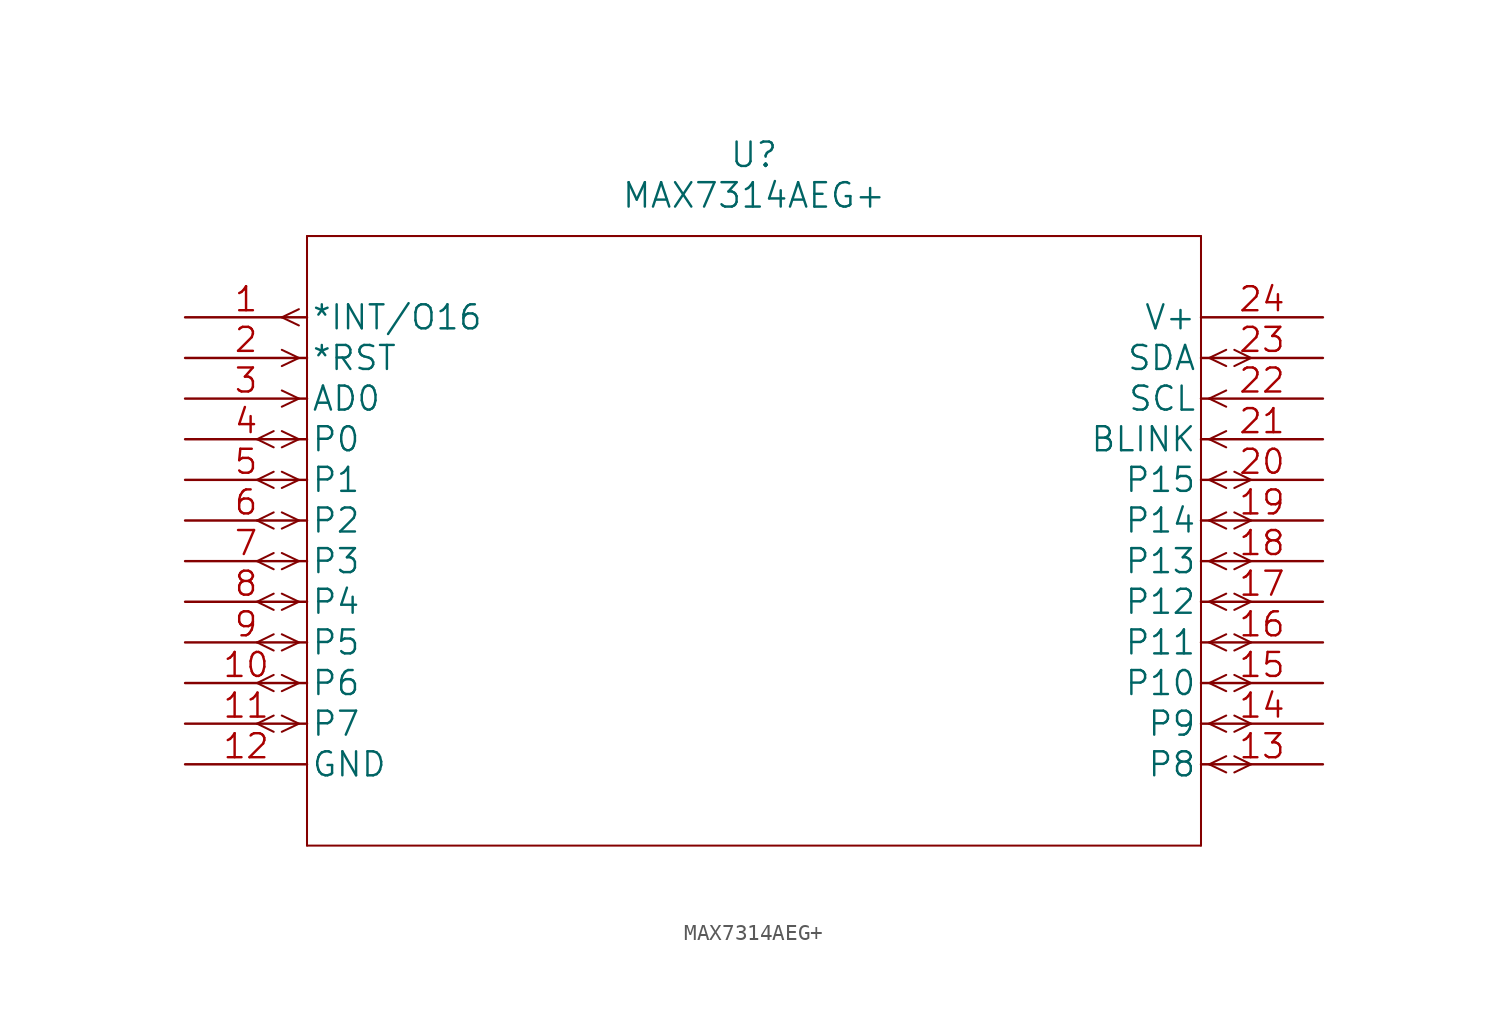
<source format=kicad_sym>
(kicad_symbol_lib
  (version 20211014)
  (generator kicad_symbol_editor)
  (symbol "MAX7314AEG+"
    (pin_names
      (offset 0.254))
    (property "Reference" "U"
      (at 35.56 10.16 0)
      (effects (font (size 1.524 1.524))))
    (property "Value" "MAX7314AEG+"
      (at 35.56 7.62 0)
      (effects (font (size 1.524 1.524))))
    (symbol "MAX7314AEG+_1_1"
      (polyline (pts (xy 5.537 -25.908) (xy 4.496 -25.4)) (stroke (width 0.127) (type default) (color 0 0 0 0)) (fill (type none)))
      (polyline (pts (xy 5.537 -24.892) (xy 4.496 -25.4)) (stroke (width 0.127) (type default) (color 0 0 0 0)) (fill (type none)))
      (polyline (pts (xy 5.537 -23.368) (xy 4.496 -22.86)) (stroke (width 0.127) (type default) (color 0 0 0 0)) (fill (type none)))
      (polyline (pts (xy 5.537 -22.352) (xy 4.496 -22.86)) (stroke (width 0.127) (type default) (color 0 0 0 0)) (fill (type none)))
      (polyline (pts (xy 5.537 -20.828) (xy 4.496 -20.32)) (stroke (width 0.127) (type default) (color 0 0 0 0)) (fill (type none)))
      (polyline (pts (xy 5.537 -19.812) (xy 4.496 -20.32)) (stroke (width 0.127) (type default) (color 0 0 0 0)) (fill (type none)))
      (polyline (pts (xy 5.537 -18.288) (xy 4.496 -17.78)) (stroke (width 0.127) (type default) (color 0 0 0 0)) (fill (type none)))
      (polyline (pts (xy 5.537 -17.272) (xy 4.496 -17.78)) (stroke (width 0.127) (type default) (color 0 0 0 0)) (fill (type none)))
      (polyline (pts (xy 5.537 -15.748) (xy 4.496 -15.24)) (stroke (width 0.127) (type default) (color 0 0 0 0)) (fill (type none)))
      (polyline (pts (xy 5.537 -14.732) (xy 4.496 -15.24)) (stroke (width 0.127) (type default) (color 0 0 0 0)) (fill (type none)))
      (polyline (pts (xy 5.537 -13.208) (xy 4.496 -12.7)) (stroke (width 0.127) (type default) (color 0 0 0 0)) (fill (type none)))
      (polyline (pts (xy 5.537 -12.192) (xy 4.496 -12.7)) (stroke (width 0.127) (type default) (color 0 0 0 0)) (fill (type none)))
      (polyline (pts (xy 5.537 -10.668) (xy 4.496 -10.16)) (stroke (width 0.127) (type default) (color 0 0 0 0)) (fill (type none)))
      (polyline (pts (xy 5.537 -9.652) (xy 4.496 -10.16)) (stroke (width 0.127) (type default) (color 0 0 0 0)) (fill (type none)))
      (polyline (pts (xy 5.537 -8.128) (xy 4.496 -7.62)) (stroke (width 0.127) (type default) (color 0 0 0 0)) (fill (type none)))
      (polyline (pts (xy 5.537 -7.112) (xy 4.496 -7.62)) (stroke (width 0.127) (type default) (color 0 0 0 0)) (fill (type none)))
      (polyline (pts (xy 7.112 -25.4) (xy 6.045 -25.908)) (stroke (width 0.127) (type default) (color 0 0 0 0)) (fill (type none)))
      (polyline (pts (xy 7.112 -25.4) (xy 6.045 -24.892)) (stroke (width 0.127) (type default) (color 0 0 0 0)) (fill (type none)))
      (polyline (pts (xy 7.112 -22.86) (xy 6.045 -23.368)) (stroke (width 0.127) (type default) (color 0 0 0 0)) (fill (type none)))
      (polyline (pts (xy 7.112 -22.86) (xy 6.045 -22.352)) (stroke (width 0.127) (type default) (color 0 0 0 0)) (fill (type none)))
      (polyline (pts (xy 7.112 -20.32) (xy 6.045 -20.828)) (stroke (width 0.127) (type default) (color 0 0 0 0)) (fill (type none)))
      (polyline (pts (xy 7.112 -20.32) (xy 6.045 -19.812)) (stroke (width 0.127) (type default) (color 0 0 0 0)) (fill (type none)))
      (polyline (pts (xy 7.112 -17.78) (xy 6.045 -18.288)) (stroke (width 0.127) (type default) (color 0 0 0 0)) (fill (type none)))
      (polyline (pts (xy 7.112 -17.78) (xy 6.045 -17.272)) (stroke (width 0.127) (type default) (color 0 0 0 0)) (fill (type none)))
      (polyline (pts (xy 7.112 -15.24) (xy 6.045 -15.748)) (stroke (width 0.127) (type default) (color 0 0 0 0)) (fill (type none)))
      (polyline (pts (xy 7.112 -15.24) (xy 6.045 -14.732)) (stroke (width 0.127) (type default) (color 0 0 0 0)) (fill (type none)))
      (polyline (pts (xy 7.112 -12.7) (xy 6.045 -13.208)) (stroke (width 0.127) (type default) (color 0 0 0 0)) (fill (type none)))
      (polyline (pts (xy 7.112 -12.7) (xy 6.045 -12.192)) (stroke (width 0.127) (type default) (color 0 0 0 0)) (fill (type none)))
      (polyline (pts (xy 7.112 -10.16) (xy 6.045 -10.668)) (stroke (width 0.127) (type default) (color 0 0 0 0)) (fill (type none)))
      (polyline (pts (xy 7.112 -10.16) (xy 6.045 -9.652)) (stroke (width 0.127) (type default) (color 0 0 0 0)) (fill (type none)))
      (polyline (pts (xy 7.112 -7.62) (xy 6.045 -8.128)) (stroke (width 0.127) (type default) (color 0 0 0 0)) (fill (type none)))
      (polyline (pts (xy 7.112 -7.62) (xy 6.045 -7.112)) (stroke (width 0.127) (type default) (color 0 0 0 0)) (fill (type none)))
      (polyline (pts (xy 7.112 -5.08) (xy 6.045 -5.588)) (stroke (width 0.127) (type default) (color 0 0 0 0)) (fill (type none)))
      (polyline (pts (xy 7.112 -5.08) (xy 6.045 -4.572)) (stroke (width 0.127) (type default) (color 0 0 0 0)) (fill (type none)))
      (polyline (pts (xy 7.112 -2.54) (xy 6.045 -3.048)) (stroke (width 0.127) (type default) (color 0 0 0 0)) (fill (type none)))
      (polyline (pts (xy 7.112 -2.54) (xy 6.045 -2.032)) (stroke (width 0.127) (type default) (color 0 0 0 0)) (fill (type none)))
      (polyline (pts (xy 7.112 -0.508) (xy 6.045 0)) (stroke (width 0.127) (type default) (color 0 0 0 0)) (fill (type none)))
      (polyline (pts (xy 7.112 0.508) (xy 6.045 0)) (stroke (width 0.127) (type default) (color 0 0 0 0)) (fill (type none)))
      (polyline (pts (xy 7.62 -33.02) (xy 63.5 -33.02)) (stroke (width 0.127) (type default) (color 0 0 0 0)) (fill (type none)))
      (polyline (pts (xy 7.62 5.08) (xy 7.62 -33.02)) (stroke (width 0.127) (type default) (color 0 0 0 0)) (fill (type none)))
      (polyline (pts (xy 63.5 -33.02) (xy 63.5 5.08)) (stroke (width 0.127) (type default) (color 0 0 0 0)) (fill (type none)))
      (polyline (pts (xy 63.5 5.08) (xy 7.62 5.08)) (stroke (width 0.127) (type default) (color 0 0 0 0)) (fill (type none)))
      (polyline (pts (xy 64.008 -27.94) (xy 65.075 -28.448)) (stroke (width 0.127) (type default) (color 0 0 0 0)) (fill (type none)))
      (polyline (pts (xy 64.008 -27.94) (xy 65.075 -27.432)) (stroke (width 0.127) (type default) (color 0 0 0 0)) (fill (type none)))
      (polyline (pts (xy 64.008 -25.4) (xy 65.075 -25.908)) (stroke (width 0.127) (type default) (color 0 0 0 0)) (fill (type none)))
      (polyline (pts (xy 64.008 -25.4) (xy 65.075 -24.892)) (stroke (width 0.127) (type default) (color 0 0 0 0)) (fill (type none)))
      (polyline (pts (xy 64.008 -22.86) (xy 65.075 -23.368)) (stroke (width 0.127) (type default) (color 0 0 0 0)) (fill (type none)))
      (polyline (pts (xy 64.008 -22.86) (xy 65.075 -22.352)) (stroke (width 0.127) (type default) (color 0 0 0 0)) (fill (type none)))
      (polyline (pts (xy 64.008 -20.32) (xy 65.075 -20.828)) (stroke (width 0.127) (type default) (color 0 0 0 0)) (fill (type none)))
      (polyline (pts (xy 64.008 -20.32) (xy 65.075 -19.812)) (stroke (width 0.127) (type default) (color 0 0 0 0)) (fill (type none)))
      (polyline (pts (xy 64.008 -17.78) (xy 65.075 -18.288)) (stroke (width 0.127) (type default) (color 0 0 0 0)) (fill (type none)))
      (polyline (pts (xy 64.008 -17.78) (xy 65.075 -17.272)) (stroke (width 0.127) (type default) (color 0 0 0 0)) (fill (type none)))
      (polyline (pts (xy 64.008 -15.24) (xy 65.075 -15.748)) (stroke (width 0.127) (type default) (color 0 0 0 0)) (fill (type none)))
      (polyline (pts (xy 64.008 -15.24) (xy 65.075 -14.732)) (stroke (width 0.127) (type default) (color 0 0 0 0)) (fill (type none)))
      (polyline (pts (xy 64.008 -12.7) (xy 65.075 -13.208)) (stroke (width 0.127) (type default) (color 0 0 0 0)) (fill (type none)))
      (polyline (pts (xy 64.008 -12.7) (xy 65.075 -12.192)) (stroke (width 0.127) (type default) (color 0 0 0 0)) (fill (type none)))
      (polyline (pts (xy 64.008 -10.16) (xy 65.075 -10.668)) (stroke (width 0.127) (type default) (color 0 0 0 0)) (fill (type none)))
      (polyline (pts (xy 64.008 -10.16) (xy 65.075 -9.652)) (stroke (width 0.127) (type default) (color 0 0 0 0)) (fill (type none)))
      (polyline (pts (xy 64.008 -7.62) (xy 65.075 -8.128)) (stroke (width 0.127) (type default) (color 0 0 0 0)) (fill (type none)))
      (polyline (pts (xy 64.008 -7.62) (xy 65.075 -7.112)) (stroke (width 0.127) (type default) (color 0 0 0 0)) (fill (type none)))
      (polyline (pts (xy 64.008 -5.08) (xy 65.075 -5.588)) (stroke (width 0.127) (type default) (color 0 0 0 0)) (fill (type none)))
      (polyline (pts (xy 64.008 -5.08) (xy 65.075 -4.572)) (stroke (width 0.127) (type default) (color 0 0 0 0)) (fill (type none)))
      (polyline (pts (xy 64.008 -2.54) (xy 65.075 -3.048)) (stroke (width 0.127) (type default) (color 0 0 0 0)) (fill (type none)))
      (polyline (pts (xy 64.008 -2.54) (xy 65.075 -2.032)) (stroke (width 0.127) (type default) (color 0 0 0 0)) (fill (type none)))
      (polyline (pts (xy 65.583 -28.448) (xy 66.624 -27.94)) (stroke (width 0.127) (type default) (color 0 0 0 0)) (fill (type none)))
      (polyline (pts (xy 65.583 -27.432) (xy 66.624 -27.94)) (stroke (width 0.127) (type default) (color 0 0 0 0)) (fill (type none)))
      (polyline (pts (xy 65.583 -25.908) (xy 66.624 -25.4)) (stroke (width 0.127) (type default) (color 0 0 0 0)) (fill (type none)))
      (polyline (pts (xy 65.583 -24.892) (xy 66.624 -25.4)) (stroke (width 0.127) (type default) (color 0 0 0 0)) (fill (type none)))
      (polyline (pts (xy 65.583 -23.368) (xy 66.624 -22.86)) (stroke (width 0.127) (type default) (color 0 0 0 0)) (fill (type none)))
      (polyline (pts (xy 65.583 -22.352) (xy 66.624 -22.86)) (stroke (width 0.127) (type default) (color 0 0 0 0)) (fill (type none)))
      (polyline (pts (xy 65.583 -20.828) (xy 66.624 -20.32)) (stroke (width 0.127) (type default) (color 0 0 0 0)) (fill (type none)))
      (polyline (pts (xy 65.583 -19.812) (xy 66.624 -20.32)) (stroke (width 0.127) (type default) (color 0 0 0 0)) (fill (type none)))
      (polyline (pts (xy 65.583 -18.288) (xy 66.624 -17.78)) (stroke (width 0.127) (type default) (color 0 0 0 0)) (fill (type none)))
      (polyline (pts (xy 65.583 -17.272) (xy 66.624 -17.78)) (stroke (width 0.127) (type default) (color 0 0 0 0)) (fill (type none)))
      (polyline (pts (xy 65.583 -15.748) (xy 66.624 -15.24)) (stroke (width 0.127) (type default) (color 0 0 0 0)) (fill (type none)))
      (polyline (pts (xy 65.583 -14.732) (xy 66.624 -15.24)) (stroke (width 0.127) (type default) (color 0 0 0 0)) (fill (type none)))
      (polyline (pts (xy 65.583 -13.208) (xy 66.624 -12.7)) (stroke (width 0.127) (type default) (color 0 0 0 0)) (fill (type none)))
      (polyline (pts (xy 65.583 -12.192) (xy 66.624 -12.7)) (stroke (width 0.127) (type default) (color 0 0 0 0)) (fill (type none)))
      (polyline (pts (xy 65.583 -10.668) (xy 66.624 -10.16)) (stroke (width 0.127) (type default) (color 0 0 0 0)) (fill (type none)))
      (polyline (pts (xy 65.583 -9.652) (xy 66.624 -10.16)) (stroke (width 0.127) (type default) (color 0 0 0 0)) (fill (type none)))
      (polyline (pts (xy 65.583 -3.048) (xy 66.624 -2.54)) (stroke (width 0.127) (type default) (color 0 0 0 0)) (fill (type none)))
      (polyline (pts (xy 65.583 -2.032) (xy 66.624 -2.54)) (stroke (width 0.127) (type default) (color 0 0 0 0)) (fill (type none)))
      (pin output line (at 0 0 0) (length 7.62) (name "*INT/O16" (effects (font (size 1.499 1.499)))) (number "1" (effects (font (size 1.499 1.499)))))
      (pin bidirectional line (at 0 -22.86 0) (length 7.62) (name "P6" (effects (font (size 1.499 1.499)))) (number "10" (effects (font (size 1.499 1.499)))))
      (pin bidirectional line (at 0 -25.4 0) (length 7.62) (name "P7" (effects (font (size 1.499 1.499)))) (number "11" (effects (font (size 1.499 1.499)))))
      (pin power_in line (at 0 -27.94 0) (length 7.62) (name "GND" (effects (font (size 1.499 1.499)))) (number "12" (effects (font (size 1.499 1.499)))))
      (pin bidirectional line (at 71.12 -27.94 180) (length 7.62) (name "P8" (effects (font (size 1.499 1.499)))) (number "13" (effects (font (size 1.499 1.499)))))
      (pin bidirectional line (at 71.12 -25.4 180) (length 7.62) (name "P9" (effects (font (size 1.499 1.499)))) (number "14" (effects (font (size 1.499 1.499)))))
      (pin bidirectional line (at 71.12 -22.86 180) (length 7.62) (name "P10" (effects (font (size 1.499 1.499)))) (number "15" (effects (font (size 1.499 1.499)))))
      (pin bidirectional line (at 71.12 -20.32 180) (length 7.62) (name "P11" (effects (font (size 1.499 1.499)))) (number "16" (effects (font (size 1.499 1.499)))))
      (pin bidirectional line (at 71.12 -17.78 180) (length 7.62) (name "P12" (effects (font (size 1.499 1.499)))) (number "17" (effects (font (size 1.499 1.499)))))
      (pin bidirectional line (at 71.12 -15.24 180) (length 7.62) (name "P13" (effects (font (size 1.499 1.499)))) (number "18" (effects (font (size 1.499 1.499)))))
      (pin bidirectional line (at 71.12 -12.7 180) (length 7.62) (name "P14" (effects (font (size 1.499 1.499)))) (number "19" (effects (font (size 1.499 1.499)))))
      (pin input line (at 0 -2.54 0) (length 7.62) (name "*RST" (effects (font (size 1.499 1.499)))) (number "2" (effects (font (size 1.499 1.499)))))
      (pin bidirectional line (at 71.12 -10.16 180) (length 7.62) (name "P15" (effects (font (size 1.499 1.499)))) (number "20" (effects (font (size 1.499 1.499)))))
      (pin input line (at 71.12 -7.62 180) (length 7.62) (name "BLINK" (effects (font (size 1.499 1.499)))) (number "21" (effects (font (size 1.499 1.499)))))
      (pin input line (at 71.12 -5.08 180) (length 7.62) (name "SCL" (effects (font (size 1.499 1.499)))) (number "22" (effects (font (size 1.499 1.499)))))
      (pin bidirectional line (at 71.12 -2.54 180) (length 7.62) (name "SDA" (effects (font (size 1.499 1.499)))) (number "23" (effects (font (size 1.499 1.499)))))
      (pin power_in line (at 71.12 0 180) (length 7.62) (name "V+" (effects (font (size 1.499 1.499)))) (number "24" (effects (font (size 1.499 1.499)))))
      (pin input line (at 0 -5.08 0) (length 7.62) (name "AD0" (effects (font (size 1.499 1.499)))) (number "3" (effects (font (size 1.499 1.499)))))
      (pin bidirectional line (at 0 -7.62 0) (length 7.62) (name "P0" (effects (font (size 1.499 1.499)))) (number "4" (effects (font (size 1.499 1.499)))))
      (pin bidirectional line (at 0 -10.16 0) (length 7.62) (name "P1" (effects (font (size 1.499 1.499)))) (number "5" (effects (font (size 1.499 1.499)))))
      (pin bidirectional line (at 0 -12.7 0) (length 7.62) (name "P2" (effects (font (size 1.499 1.499)))) (number "6" (effects (font (size 1.499 1.499)))))
      (pin bidirectional line (at 0 -15.24 0) (length 7.62) (name "P3" (effects (font (size 1.499 1.499)))) (number "7" (effects (font (size 1.499 1.499)))))
      (pin bidirectional line (at 0 -17.78 0) (length 7.62) (name "P4" (effects (font (size 1.499 1.499)))) (number "8" (effects (font (size 1.499 1.499)))))
      (pin bidirectional line (at 0 -20.32 0) (length 7.62) (name "P5" (effects (font (size 1.499 1.499)))) (number "9" (effects (font (size 1.499 1.499))))))))
</source>
